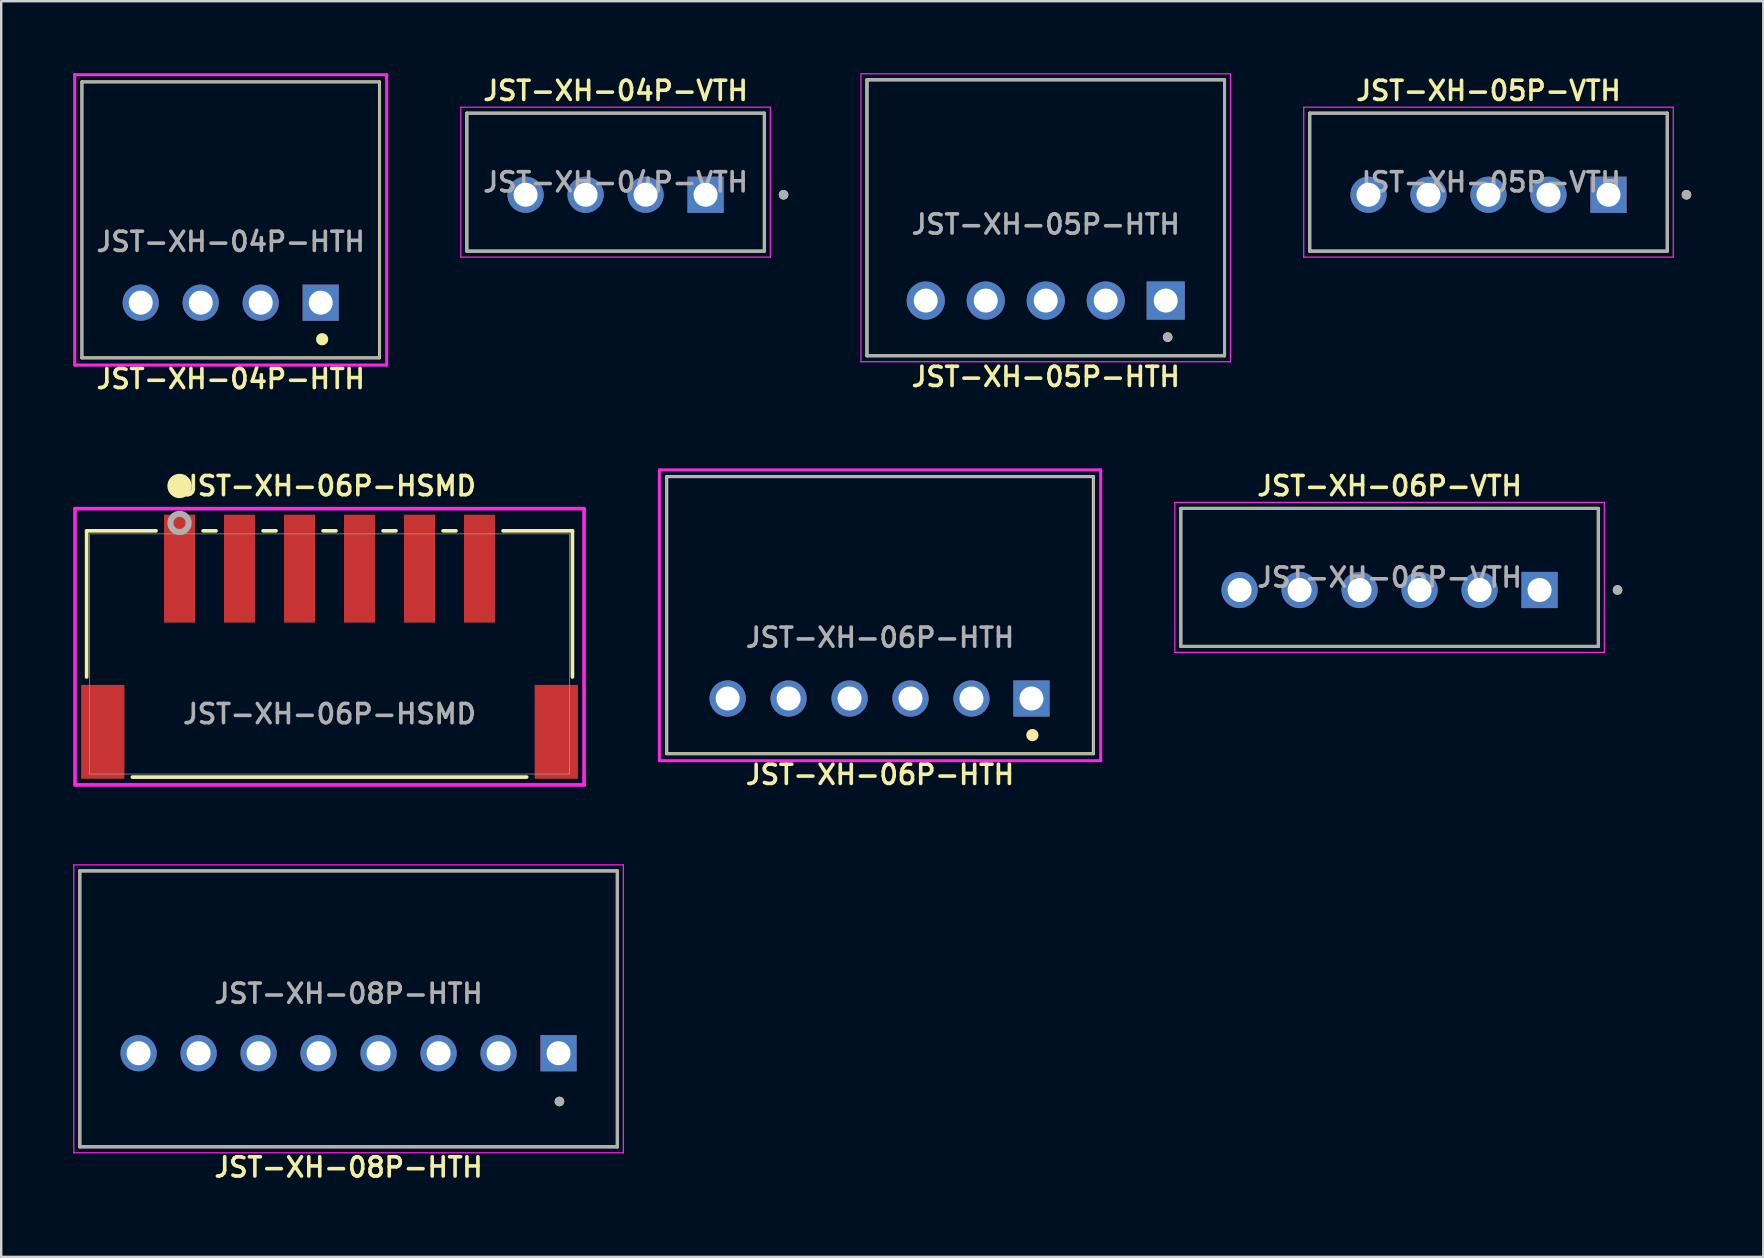
<source format=kicad_pcb>
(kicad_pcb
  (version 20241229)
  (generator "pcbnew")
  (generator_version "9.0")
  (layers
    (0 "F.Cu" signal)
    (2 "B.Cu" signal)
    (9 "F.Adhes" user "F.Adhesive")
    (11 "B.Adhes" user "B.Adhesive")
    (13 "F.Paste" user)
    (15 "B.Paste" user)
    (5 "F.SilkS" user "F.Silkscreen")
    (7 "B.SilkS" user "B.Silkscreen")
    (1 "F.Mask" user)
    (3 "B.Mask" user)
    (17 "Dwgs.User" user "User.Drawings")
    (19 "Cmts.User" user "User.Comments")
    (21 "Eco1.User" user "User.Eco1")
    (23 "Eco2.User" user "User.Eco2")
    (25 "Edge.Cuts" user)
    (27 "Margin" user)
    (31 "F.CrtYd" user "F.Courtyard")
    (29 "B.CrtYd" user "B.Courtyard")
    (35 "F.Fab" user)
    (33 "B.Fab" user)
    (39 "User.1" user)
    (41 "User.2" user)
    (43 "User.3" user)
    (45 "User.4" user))
  (footprint "JST-XH-06P-HSMD"
    (layer "F.Cu")
    (at 10.682 24.201)
    (property "Reference" "JST-XH-06P-HSMD" (at 0 -7 0) (unlocked yes) (layer "F.SilkS") (effects (font (size 0.8 0.8) (thickness 0.15))))
    (attr smd)
    (fp_line (start -10.122 -5.131) (end -10.122 0.958) (stroke (width 0.152) (type solid)) (layer "F.SilkS"))
    (fp_line (start -8.216 5.131) (end 8.216 5.131) (stroke (width 0.152) (type solid)) (layer "F.SilkS"))
    (fp_line (start -7.23 -5.131) (end -10.122 -5.131) (stroke (width 0.152) (type solid)) (layer "F.SilkS"))
    (fp_line (start -4.73 -5.131) (end -5.27 -5.131) (stroke (width 0.152) (type solid)) (layer "F.SilkS"))
    (fp_line (start -2.23 -5.131) (end -2.77 -5.131) (stroke (width 0.152) (type solid)) (layer "F.SilkS"))
    (fp_line (start 0.27 -5.131) (end -0.27 -5.131) (stroke (width 0.152) (type solid)) (layer "F.SilkS"))
    (fp_line (start 2.77 -5.131) (end 2.23 -5.131) (stroke (width 0.152) (type solid)) (layer "F.SilkS"))
    (fp_line (start 5.27 -5.131) (end 4.73 -5.131) (stroke (width 0.152) (type solid)) (layer "F.SilkS"))
    (fp_line (start 10.122 -5.131) (end 7.23 -5.131) (stroke (width 0.152) (type solid)) (layer "F.SilkS"))
    (fp_line (start 10.122 0.958) (end 10.122 -5.131) (stroke (width 0.152) (type solid)) (layer "F.SilkS"))
    (fp_circle (center -6.25 -7) (end -5.869 -7) (stroke (width 0.254) (type solid)) (fill yes) (layer "F.SilkS"))
    (fp_line (start -10.606 -6.056) (end -10.606 5.456) (stroke (width 0.152) (type solid)) (layer "F.CrtYd"))
    (fp_line (start -10.606 5.456) (end 10.606 5.456) (stroke (width 0.152) (type solid)) (layer "F.CrtYd"))
    (fp_line (start 10.606 -6.056) (end -10.606 -6.056) (stroke (width 0.152) (type solid)) (layer "F.CrtYd"))
    (fp_line (start 10.606 5.456) (end 10.606 -6.056) (stroke (width 0.152) (type solid)) (layer "F.CrtYd"))
    (fp_line (start -9.995 -5.004) (end -9.995 5.004) (stroke (width 0.025) (type solid)) (layer "F.Fab"))
    (fp_line (start -9.995 5.004) (end 9.995 5.004) (stroke (width 0.025) (type solid)) (layer "F.Fab"))
    (fp_line (start 9.995 -5.004) (end -9.995 -5.004) (stroke (width 0.025) (type solid)) (layer "F.Fab"))
    (fp_line (start 9.995 5.004) (end 9.995 -5.004) (stroke (width 0.025) (type solid)) (layer "F.Fab"))
    (fp_circle (center -6.25 -5.459) (end -5.869 -5.459) (stroke (width 0.254) (type solid)) (fill no) (layer "F.Fab"))
    (fp_text user "${REFERENCE}" (at 0 2.5 0) (unlocked yes) (layer "F.Fab") (effects (font (size 0.8 0.8) (thickness 0.15))))
    (pad "1" smd rect (at -6.25 -3.554) (size 1.295 4.496) (layers "F.Cu" "F.Mask" "F.Paste"))
    (pad "2" smd rect (at -3.75 -3.554) (size 1.295 4.496) (layers "F.Cu" "F.Mask" "F.Paste"))
    (pad "3" smd rect (at -1.25 -3.554) (size 1.295 4.496) (layers "F.Cu" "F.Mask" "F.Paste"))
    (pad "4" smd rect (at 1.25 -3.554) (size 1.295 4.496) (layers "F.Cu" "F.Mask" "F.Paste"))
    (pad "5" smd rect (at 3.75 -3.554) (size 1.295 4.496) (layers "F.Cu" "F.Mask" "F.Paste"))
    (pad "6" smd rect (at 6.25 -3.554) (size 1.295 4.496) (layers "F.Cu" "F.Mask" "F.Paste"))
    (pad "S1" smd rect (at -9.45 3.246) (size 1.803 3.912) (layers "F.Cu" "F.Mask" "F.Paste"))
    (pad "S2" smd rect (at 9.45 3.246) (size 1.803 3.912) (layers "F.Cu" "F.Mask" "F.Paste")))
  (footprint "JST-XH-08P-HTH"
    (layer "F.Cu")
    (at 11.475 38.989)
    (property "Reference" "JST-XH-08P-HTH" (at 0 6.604 180) (layer "F.SilkS") (effects (font (size 0.8 0.8) (thickness 0.15))))
    (attr through_hole)
    (fp_line (start -11.2 -5.75) (end -11.2 5.75) (stroke (width 0.127) (type solid)) (layer "F.SilkS"))
    (fp_line (start -11.2 -5.75) (end 11.2 -5.75) (stroke (width 0.127) (type solid)) (layer "F.SilkS"))
    (fp_line (start -11.2 5.75) (end 11.2 5.75) (stroke (width 0.127) (type solid)) (layer "F.SilkS"))
    (fp_line (start 11.2 5.75) (end 11.2 -5.75) (stroke (width 0.127) (type solid)) (layer "F.SilkS"))
    (fp_circle (center 8.788 3.861) (end 8.688 3.861) (stroke (width 0.2) (type solid)) (fill no) (layer "F.SilkS"))
    (fp_line (start -11.45 -6) (end -11.45 6) (stroke (width 0.05) (type solid)) (layer "F.CrtYd"))
    (fp_line (start -11.45 6) (end 11.45 6) (stroke (width 0.05) (type solid)) (layer "F.CrtYd"))
    (fp_line (start 11.45 -6) (end -11.45 -6) (stroke (width 0.05) (type solid)) (layer "F.CrtYd"))
    (fp_line (start 11.45 6) (end 11.45 -6) (stroke (width 0.05) (type solid)) (layer "F.CrtYd"))
    (fp_line (start -11.2 -5.75) (end -11.2 5.75) (stroke (width 0.127) (type solid)) (layer "F.Fab"))
    (fp_line (start -11.2 5.75) (end 11.2 5.75) (stroke (width 0.127) (type solid)) (layer "F.Fab"))
    (fp_line (start 11.2 -5.75) (end -11.2 -5.75) (stroke (width 0.127) (type solid)) (layer "F.Fab"))
    (fp_line (start 11.2 5.75) (end 11.2 -5.75) (stroke (width 0.127) (type solid)) (layer "F.Fab"))
    (fp_circle (center 8.788 3.861) (end 8.688 3.861) (stroke (width 0.2) (type solid)) (fill no) (layer "F.Fab"))
    (fp_text user "${REFERENCE}" (at 0 -0.635 180) (layer "F.Fab") (effects (font (size 0.8 0.8) (thickness 0.15) (bold yes))))
    (pad "1" thru_hole rect (at 8.75 1.85 180) (size 1.508 1.508) (drill 1) (layers "*.Cu" "*.Mask"))
    (pad "2" thru_hole circle (at 6.25 1.85 180) (size 1.508 1.508) (drill 1) (layers "*.Cu" "*.Mask"))
    (pad "3" thru_hole circle (at 3.75 1.85 180) (size 1.508 1.508) (drill 1) (layers "*.Cu" "*.Mask"))
    (pad "4" thru_hole circle (at 1.25 1.85 180) (size 1.508 1.508) (drill 1) (layers "*.Cu" "*.Mask"))
    (pad "5" thru_hole circle (at -1.25 1.85 180) (size 1.508 1.508) (drill 1) (layers "*.Cu" "*.Mask"))
    (pad "6" thru_hole circle (at -3.75 1.85 180) (size 1.508 1.508) (drill 1) (layers "*.Cu" "*.Mask"))
    (pad "7" thru_hole circle (at -6.25 1.85 180) (size 1.508 1.508) (drill 1) (layers "*.Cu" "*.Mask"))
    (pad "8" thru_hole circle (at -8.75 1.85 180) (size 1.508 1.508) (drill 1) (layers "*.Cu" "*.Mask")))
  (footprint "JST-XH-05P-VTH"
    (layer "F.Cu")
    (at 58.977 4.541)
    (property "Reference" "JST-XH-05P-VTH" (at 0 -3.81 0) (layer "F.SilkS") (effects (font (size 0.8 0.8) (thickness 0.15))))
    (attr through_hole)
    (fp_line (start -7.45 -2.875) (end 7.45 -2.875) (stroke (width 0.127) (type solid)) (layer "F.SilkS"))
    (fp_line (start -7.45 2.875) (end -7.45 -2.875) (stroke (width 0.127) (type solid)) (layer "F.SilkS"))
    (fp_line (start 7.45 -2.875) (end 7.45 2.875) (stroke (width 0.127) (type solid)) (layer "F.SilkS"))
    (fp_line (start 7.45 2.875) (end -7.45 2.875) (stroke (width 0.127) (type solid)) (layer "F.SilkS"))
    (fp_circle (center 8.25 0.525) (end 8.35 0.525) (stroke (width 0.2) (type solid)) (fill no) (layer "F.SilkS"))
    (fp_line (start -7.7 -3.125) (end 7.7 -3.125) (stroke (width 0.05) (type solid)) (layer "F.CrtYd"))
    (fp_line (start -7.7 3.125) (end -7.7 -3.125) (stroke (width 0.05) (type solid)) (layer "F.CrtYd"))
    (fp_line (start 7.7 -3.125) (end 7.7 3.125) (stroke (width 0.05) (type solid)) (layer "F.CrtYd"))
    (fp_line (start 7.7 3.125) (end -7.7 3.125) (stroke (width 0.05) (type solid)) (layer "F.CrtYd"))
    (fp_line (start -7.45 -2.875) (end 7.45 -2.875) (stroke (width 0.127) (type solid)) (layer "F.Fab"))
    (fp_line (start -7.45 2.875) (end -7.45 -2.875) (stroke (width 0.127) (type solid)) (layer "F.Fab"))
    (fp_line (start 7.45 -2.875) (end 7.45 2.875) (stroke (width 0.127) (type solid)) (layer "F.Fab"))
    (fp_line (start 7.45 2.875) (end -7.45 2.875) (stroke (width 0.127) (type solid)) (layer "F.Fab"))
    (fp_circle (center 8.25 0.525) (end 8.35 0.525) (stroke (width 0.2) (type solid)) (fill no) (layer "F.Fab"))
    (fp_text user "${REFERENCE}" (at 0 0 0) (layer "F.Fab") (effects (font (size 0.8 0.8) (thickness 0.15) (bold yes))))
    (pad "1" thru_hole rect (at 5 0.525) (size 1.508 1.508) (drill 1) (layers "*.Cu" "*.Mask"))
    (pad "2" thru_hole circle (at 2.5 0.525) (size 1.508 1.508) (drill 1) (layers "*.Cu" "*.Mask"))
    (pad "3" thru_hole circle (at 0 0.525) (size 1.508 1.508) (drill 1) (layers "*.Cu" "*.Mask"))
    (pad "4" thru_hole circle (at -2.5 0.525) (size 1.508 1.508) (drill 1) (layers "*.Cu" "*.Mask"))
    (pad "5" thru_hole circle (at -5 0.525) (size 1.508 1.508) (drill 1) (layers "*.Cu" "*.Mask")))
  (footprint "JST-XH-05P-HTH"
    (layer "F.Cu")
    (at 40.527 9.475)
    (property "Reference" "JST-XH-05P-HTH" (at 0 3.175 0) (layer "F.SilkS") (effects (font (size 0.8 0.8) (thickness 0.15))))
    (attr through_hole)
    (fp_line (start -7.45 -9.2) (end 7.45 -9.2) (stroke (width 0.127) (type solid)) (layer "F.SilkS"))
    (fp_line (start -7.45 2.3) (end -7.45 -9.2) (stroke (width 0.127) (type solid)) (layer "F.SilkS"))
    (fp_line (start 7.45 -9.2) (end 7.45 2.3) (stroke (width 0.127) (type solid)) (layer "F.SilkS"))
    (fp_line (start 7.45 2.3) (end -7.45 2.3) (stroke (width 0.127) (type solid)) (layer "F.SilkS"))
    (fp_circle (center 5.08 1.524) (end 5.18 1.524) (stroke (width 0.2) (type solid)) (fill no) (layer "F.SilkS"))
    (fp_line (start -7.7 -9.45) (end 7.7 -9.45) (stroke (width 0.05) (type solid)) (layer "F.CrtYd"))
    (fp_line (start -7.7 2.55) (end -7.7 -9.45) (stroke (width 0.05) (type solid)) (layer "F.CrtYd"))
    (fp_line (start 7.7 -9.45) (end 7.7 2.55) (stroke (width 0.05) (type solid)) (layer "F.CrtYd"))
    (fp_line (start 7.7 2.55) (end -7.7 2.55) (stroke (width 0.05) (type solid)) (layer "F.CrtYd"))
    (fp_line (start -7.45 -9.2) (end 7.45 -9.2) (stroke (width 0.127) (type solid)) (layer "F.Fab"))
    (fp_line (start -7.45 2.3) (end -7.45 -9.2) (stroke (width 0.127) (type solid)) (layer "F.Fab"))
    (fp_line (start 7.45 -9.2) (end 7.45 2.3) (stroke (width 0.127) (type solid)) (layer "F.Fab"))
    (fp_line (start 7.45 2.3) (end -7.45 2.3) (stroke (width 0.127) (type solid)) (layer "F.Fab"))
    (fp_circle (center 5.08 1.524) (end 5.18 1.524) (stroke (width 0.2) (type solid)) (fill no) (layer "F.Fab"))
    (fp_text user "${REFERENCE}" (at 0 -3.175 180) (layer "F.Fab") (effects (font (size 0.8 0.8) (thickness 0.15) (bold yes))))
    (pad "1" thru_hole rect (at 5 0 180) (size 1.59 1.59) (drill 1) (layers "*.Cu" "*.Mask"))
    (pad "2" thru_hole circle (at 2.5 0 180) (size 1.59 1.59) (drill 1) (layers "*.Cu" "*.Mask"))
    (pad "3" thru_hole circle (at 0 0 180) (size 1.59 1.59) (drill 1) (layers "*.Cu" "*.Mask"))
    (pad "4" thru_hole circle (at -2.5 0 180) (size 1.59 1.59) (drill 1) (layers "*.Cu" "*.Mask"))
    (pad "5" thru_hole circle (at -5 0 180) (size 1.59 1.59) (drill 1) (layers "*.Cu" "*.Mask")))
  (footprint "JST-XH-04P-VTH"
    (layer "F.Cu")
    (at 22.602 4.541)
    (property "Reference" "JST-XH-04P-VTH" (at 0 -3.81 0) (layer "F.SilkS") (effects (font (size 0.8 0.8) (thickness 0.15))))
    (attr through_hole)
    (fp_line (start -6.2 -2.875) (end 6.2 -2.875) (stroke (width 0.127) (type solid)) (layer "F.SilkS"))
    (fp_line (start -6.2 2.875) (end -6.2 -2.875) (stroke (width 0.127) (type solid)) (layer "F.SilkS"))
    (fp_line (start 6.2 -2.875) (end 6.2 2.875) (stroke (width 0.127) (type solid)) (layer "F.SilkS"))
    (fp_line (start 6.2 2.875) (end -6.2 2.875) (stroke (width 0.127) (type solid)) (layer "F.SilkS"))
    (fp_circle (center 7 0.525) (end 7.1 0.525) (stroke (width 0.2) (type solid)) (fill no) (layer "F.SilkS"))
    (fp_line (start -6.45 -3.125) (end 6.45 -3.125) (stroke (width 0.05) (type solid)) (layer "F.CrtYd"))
    (fp_line (start -6.45 3.125) (end -6.45 -3.125) (stroke (width 0.05) (type solid)) (layer "F.CrtYd"))
    (fp_line (start 6.45 -3.125) (end 6.45 3.125) (stroke (width 0.05) (type solid)) (layer "F.CrtYd"))
    (fp_line (start 6.45 3.125) (end -6.45 3.125) (stroke (width 0.05) (type solid)) (layer "F.CrtYd"))
    (fp_line (start -6.2 -2.875) (end 6.2 -2.875) (stroke (width 0.127) (type solid)) (layer "F.Fab"))
    (fp_line (start -6.2 2.875) (end -6.2 -2.875) (stroke (width 0.127) (type solid)) (layer "F.Fab"))
    (fp_line (start 6.2 -2.875) (end 6.2 2.875) (stroke (width 0.127) (type solid)) (layer "F.Fab"))
    (fp_line (start 6.2 2.875) (end -6.2 2.875) (stroke (width 0.127) (type solid)) (layer "F.Fab"))
    (fp_circle (center 7 0.525) (end 7.1 0.525) (stroke (width 0.2) (type solid)) (fill no) (layer "F.Fab"))
    (fp_text user "${REFERENCE}" (at 0 0 0) (layer "F.Fab") (effects (font (size 0.8 0.8) (thickness 0.15) (bold yes))))
    (pad "1" thru_hole rect (at 3.75 0.525) (size 1.508 1.508) (drill 1) (layers "*.Cu" "*.Mask"))
    (pad "2" thru_hole circle (at 1.25 0.525) (size 1.508 1.508) (drill 1) (layers "*.Cu" "*.Mask"))
    (pad "3" thru_hole circle (at -1.25 0.525) (size 1.508 1.508) (drill 1) (layers "*.Cu" "*.Mask"))
    (pad "4" thru_hole circle (at -3.75 0.525) (size 1.508 1.508) (drill 1) (layers "*.Cu" "*.Mask")))
  (footprint "JST-XH-06P-VTH"
    (layer "F.Cu")
    (at 54.855 21.011)
    (property "Reference" "JST-XH-06P-VTH" (at 0 -3.81 0) (layer "F.SilkS") (effects (font (size 0.8 0.8) (thickness 0.15))))
    (attr through_hole)
    (fp_line (start -8.7 -2.875) (end 8.7 -2.875) (stroke (width 0.127) (type solid)) (layer "F.SilkS"))
    (fp_line (start -8.7 2.875) (end -8.7 -2.875) (stroke (width 0.127) (type solid)) (layer "F.SilkS"))
    (fp_line (start 8.7 -2.875) (end 8.7 2.875) (stroke (width 0.127) (type solid)) (layer "F.SilkS"))
    (fp_line (start 8.7 2.875) (end -8.7 2.875) (stroke (width 0.127) (type solid)) (layer "F.SilkS"))
    (fp_circle (center 9.5 0.525) (end 9.6 0.525) (stroke (width 0.2) (type solid)) (fill no) (layer "F.SilkS"))
    (fp_line (start -8.95 -3.125) (end 8.95 -3.125) (stroke (width 0.05) (type solid)) (layer "F.CrtYd"))
    (fp_line (start -8.95 3.125) (end -8.95 -3.125) (stroke (width 0.05) (type solid)) (layer "F.CrtYd"))
    (fp_line (start 8.95 -3.125) (end 8.95 3.125) (stroke (width 0.05) (type solid)) (layer "F.CrtYd"))
    (fp_line (start 8.95 3.125) (end -8.95 3.125) (stroke (width 0.05) (type solid)) (layer "F.CrtYd"))
    (fp_line (start -8.7 -2.875) (end 8.7 -2.875) (stroke (width 0.127) (type solid)) (layer "F.Fab"))
    (fp_line (start -8.7 2.875) (end -8.7 -2.875) (stroke (width 0.127) (type solid)) (layer "F.Fab"))
    (fp_line (start 8.7 -2.875) (end 8.7 2.875) (stroke (width 0.127) (type solid)) (layer "F.Fab"))
    (fp_line (start 8.7 2.875) (end -8.7 2.875) (stroke (width 0.127) (type solid)) (layer "F.Fab"))
    (fp_circle (center 9.5 0.525) (end 9.6 0.525) (stroke (width 0.2) (type solid)) (fill no) (layer "F.Fab"))
    (fp_text user "${REFERENCE}" (at 0 0 0) (layer "F.Fab") (effects (font (size 0.8 0.8) (thickness 0.15) (bold yes))))
    (pad "1" thru_hole rect (at 6.25 0.525) (size 1.508 1.508) (drill 1) (layers "*.Cu" "*.Mask"))
    (pad "2" thru_hole circle (at 3.75 0.525) (size 1.508 1.508) (drill 1) (layers "*.Cu" "*.Mask"))
    (pad "3" thru_hole circle (at 1.25 0.525) (size 1.508 1.508) (drill 1) (layers "*.Cu" "*.Mask"))
    (pad "4" thru_hole circle (at -1.25 0.525) (size 1.508 1.508) (drill 1) (layers "*.Cu" "*.Mask"))
    (pad "5" thru_hole circle (at -3.75 0.525) (size 1.508 1.508) (drill 1) (layers "*.Cu" "*.Mask"))
    (pad "6" thru_hole circle (at -6.25 0.525) (size 1.508 1.508) (drill 1) (layers "*.Cu" "*.Mask")))
  (footprint "JST-XH-06P-HTH"
    (layer "F.Cu")
    (at 33.622 26.058)
    (property "Reference" "JST-XH-06P-HTH" (at 0 3.175 0) (layer "F.SilkS") (effects (font (size 0.8 0.8) (thickness 0.15))))
    (attr through_hole)
    (fp_line (start -8.89 -9.246) (end 8.89 -9.246) (stroke (width 0.127) (type solid)) (layer "F.SilkS"))
    (fp_line (start -8.89 2.3) (end -8.89 -9.246) (stroke (width 0.127) (type solid)) (layer "F.SilkS"))
    (fp_line (start 8.89 -9.246) (end 8.89 2.3) (stroke (width 0.127) (type solid)) (layer "F.SilkS"))
    (fp_line (start 8.89 2.3) (end -8.89 2.3) (stroke (width 0.127) (type solid)) (layer "F.SilkS"))
    (fp_circle (center 6.35 1.524) (end 6.604 1.524) (stroke (width 0) (type solid)) (fill yes) (layer "F.SilkS"))
    (fp_line (start -9.195 -9.525) (end 9.195 -9.525) (stroke (width 0.127) (type solid)) (layer "F.CrtYd"))
    (fp_line (start -9.195 2.591) (end -9.195 -9.525) (stroke (width 0.127) (type solid)) (layer "F.CrtYd"))
    (fp_line (start 9.195 -9.525) (end 9.195 2.591) (stroke (width 0.127) (type solid)) (layer "F.CrtYd"))
    (fp_line (start 9.195 2.591) (end -9.195 2.591) (stroke (width 0.127) (type solid)) (layer "F.CrtYd"))
    (fp_rect (start -8.9 -9.25) (end 8.9 2.3) (stroke (width 0.1) (type default)) (fill no) (layer "F.Fab"))
    (fp_text user "${REFERENCE}" (at 0 -2.54 0) (layer "F.Fab") (effects (font (size 0.8 0.8) (thickness 0.15) (bold yes))))
    (pad "1" thru_hole rect (at 6.31 0 180) (size 1.508 1.508) (drill 1) (layers "*.Cu" "*.Mask"))
    (pad "2" thru_hole circle (at 3.81 0 180) (size 1.508 1.508) (drill 1) (layers "*.Cu" "*.Mask"))
    (pad "3" thru_hole circle (at 1.27 0 180) (size 1.508 1.508) (drill 1) (layers "*.Cu" "*.Mask"))
    (pad "4" thru_hole circle (at -1.27 0 180) (size 1.508 1.508) (drill 1) (layers "*.Cu" "*.Mask"))
    (pad "5" thru_hole circle (at -3.81 0 180) (size 1.508 1.508) (drill 1) (layers "*.Cu" "*.Mask"))
    (pad "6" thru_hole circle (at -6.35 0 180) (size 1.508 1.508) (drill 1) (layers "*.Cu" "*.Mask")))
  (footprint "JST-XH-04P-HTH"
    (layer "F.Cu")
    (at 6.564 9.563)
    (property "Reference" "JST-XH-04P-HTH" (at 0 3.175 0) (layer "F.SilkS") (effects (font (size 0.8 0.8) (thickness 0.15))))
    (attr through_hole)
    (fp_line (start -6.2 -9.2) (end 6.2 -9.2) (stroke (width 0.127) (type solid)) (layer "F.SilkS"))
    (fp_line (start -6.2 2.3) (end -6.2 -9.2) (stroke (width 0.127) (type solid)) (layer "F.SilkS"))
    (fp_line (start 6.2 -9.2) (end 6.2 2.3) (stroke (width 0.127) (type solid)) (layer "F.SilkS"))
    (fp_line (start 6.2 2.3) (end -6.2 2.3) (stroke (width 0.127) (type solid)) (layer "F.SilkS"))
    (fp_circle (center 3.81 1.524) (end 4.064 1.524) (stroke (width 0) (type solid)) (fill yes) (layer "F.SilkS"))
    (fp_line (start -6.5 -9.5) (end 6.5 -9.5) (stroke (width 0.127) (type solid)) (layer "F.CrtYd"))
    (fp_line (start -6.5 2.6) (end -6.5 -9.5) (stroke (width 0.127) (type solid)) (layer "F.CrtYd"))
    (fp_line (start 6.5 -9.5) (end 6.5 2.6) (stroke (width 0.127) (type solid)) (layer "F.CrtYd"))
    (fp_line (start 6.5 2.6) (end -6.5 2.6) (stroke (width 0.127) (type solid)) (layer "F.CrtYd"))
    (fp_rect (start -6.2 -9.2) (end 6.2 2.3) (stroke (width 0.1) (type default)) (fill no) (layer "F.Fab"))
    (fp_text user "${REFERENCE}" (at 0 -2.54 0) (layer "F.Fab") (effects (font (size 0.8 0.8) (thickness 0.15) (bold yes))))
    (pad "1" thru_hole rect (at 3.75 0 180) (size 1.508 1.508) (drill 1) (layers "*.Cu" "*.Mask"))
    (pad "2" thru_hole circle (at 1.25 0 180) (size 1.508 1.508) (drill 1) (layers "*.Cu" "*.Mask"))
    (pad "3" thru_hole circle (at -1.25 0 180) (size 1.508 1.508) (drill 1) (layers "*.Cu" "*.Mask"))
    (pad "4" thru_hole circle (at -3.75 0 180) (size 1.508 1.508) (drill 1) (layers "*.Cu" "*.Mask")))
  (gr_rect
    (start -3 -3)
    (end 70.427 49.325)
    (stroke (width 0.1) (type default))
    (fill no)
    (layer "Edge.Cuts")))
</source>
